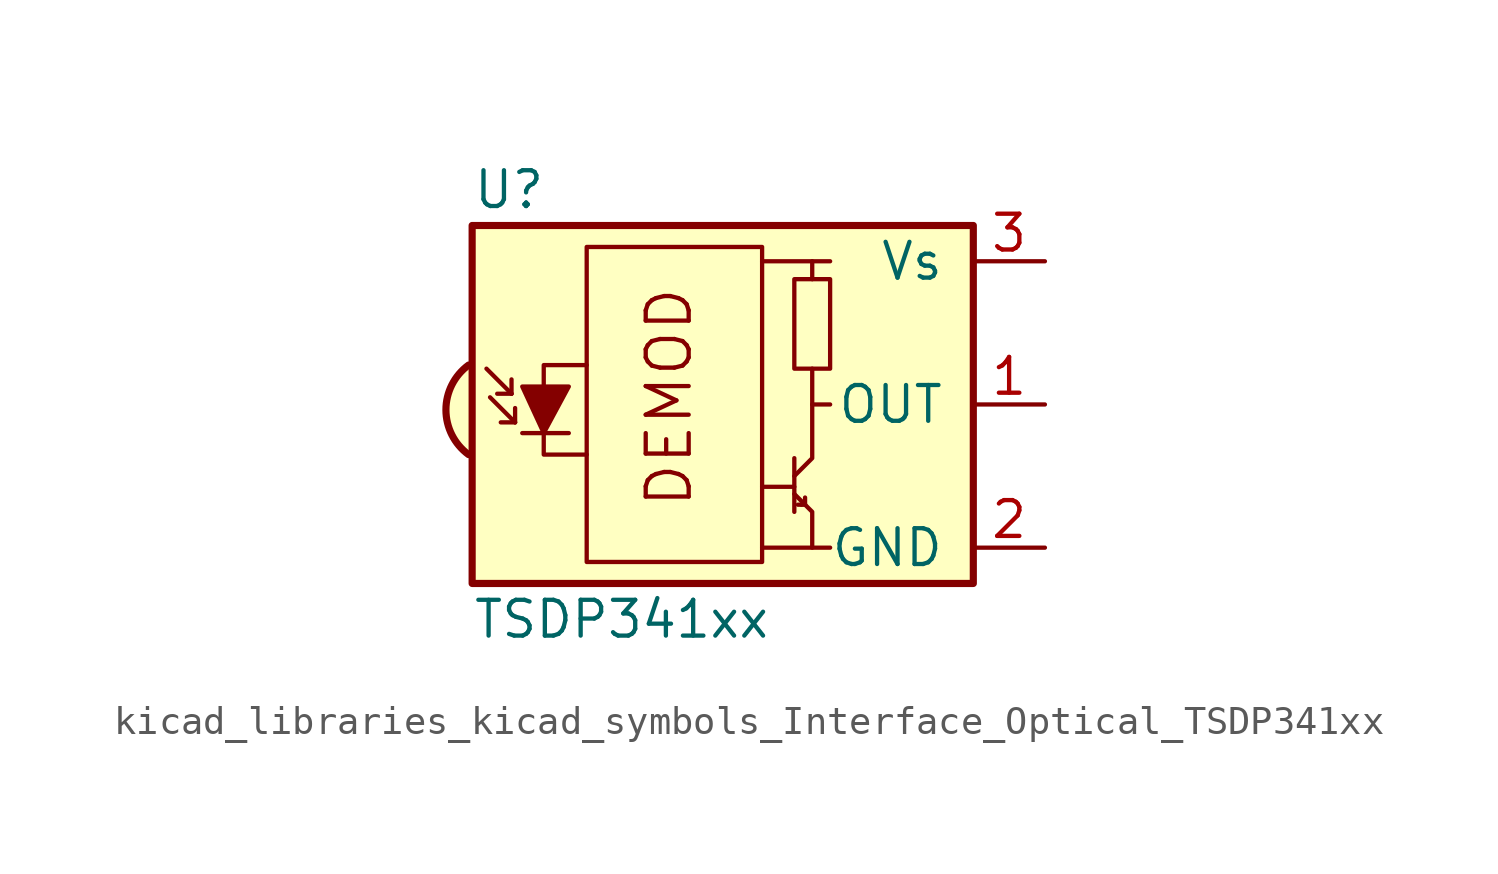
<source format=kicad_sym>
(kicad_symbol_lib
  (version 20220914)
  (generator kicad_symbol_editor)
  (symbol "kicad_libraries_kicad_symbols_Interface_Optical_TSDP341xx"
    (pin_names
      (offset 1.016))
    (property "Reference" "U"
      (at -10.16 7.62 0)
      (effects (font (size 1.27 1.27)) (justify left)))
    (property "Value" "TSDP341xx"
      (at -10.16 -7.62 0)
      (effects (font (size 1.27 1.27)) (justify left)))
    (symbol "kicad_libraries_kicad_symbols_Interface_Optical_TSDP341xx_0_0"
      (arc (start -10.287 1.397) (mid -11.0899 -0.1852) (end -10.287 -1.778) (stroke (width 0.254) (type default)) (fill (type background)))
      (polyline (pts (xy 1.905 -5.08) (xy 0.127 -5.08)) (stroke (width 0) (type default)) (fill (type none)))
      (polyline (pts (xy 1.905 5.08) (xy 0.127 5.08)) (stroke (width 0) (type default)) (fill (type none)))
      (text "DEMOD" (at -3.175 0.254 900) (effects (font (size 1.524 1.524)))))
    (symbol "kicad_libraries_kicad_symbols_Interface_Optical_TSDP341xx_0_1"
      (rectangle (start -6.096 5.588) (end 0.127 -5.588) (stroke (width 0) (type default)) (fill (type none)))
      (polyline (pts (xy -8.763 0.381) (xy -9.652 1.27)) (stroke (width 0) (type default)) (fill (type none)))
      (polyline (pts (xy -8.763 0.381) (xy -9.271 0.381)) (stroke (width 0) (type default)) (fill (type none)))
      (polyline (pts (xy -8.763 0.381) (xy -8.763 0.889)) (stroke (width 0) (type default)) (fill (type none)))
      (polyline (pts (xy -8.636 -0.635) (xy -9.525 0.254)) (stroke (width 0) (type default)) (fill (type none)))
      (polyline (pts (xy -8.636 -0.635) (xy -9.144 -0.635)) (stroke (width 0) (type default)) (fill (type none)))
      (polyline (pts (xy -8.636 -0.635) (xy -8.636 -0.127)) (stroke (width 0) (type default)) (fill (type none)))
      (polyline (pts (xy -8.382 -1.016) (xy -6.731 -1.016)) (stroke (width 0) (type default)) (fill (type none)))
      (polyline (pts (xy 1.27 -2.921) (xy 0.127 -2.921)) (stroke (width 0) (type default)) (fill (type none)))
      (polyline (pts (xy 1.27 -1.905) (xy 1.27 -3.81)) (stroke (width 0) (type default)) (fill (type none)))
      (polyline (pts (xy 1.397 -3.556) (xy 1.524 -3.556)) (stroke (width 0) (type default)) (fill (type none)))
      (polyline (pts (xy 1.651 -3.556) (xy 1.524 -3.556)) (stroke (width 0) (type default)) (fill (type none)))
      (polyline (pts (xy 1.651 -3.556) (xy 1.651 -3.302)) (stroke (width 0) (type default)) (fill (type none)))
      (polyline (pts (xy 1.905 0) (xy 1.905 1.27)) (stroke (width 0) (type default)) (fill (type none)))
      (polyline (pts (xy 1.905 4.445) (xy 1.905 5.08) (xy 2.54 5.08)) (stroke (width 0) (type default)) (fill (type none)))
      (polyline (pts (xy -8.382 0.635) (xy -6.731 0.635) (xy -7.62 -1.016) (xy -8.382 0.635)) (stroke (width 0) (type default)) (fill (type outline)))
      (polyline (pts (xy -6.096 1.397) (xy -7.62 1.397) (xy -7.62 -1.778) (xy -6.096 -1.778)) (stroke (width 0) (type default)) (fill (type none)))
      (polyline (pts (xy 1.27 -3.175) (xy 1.905 -3.81) (xy 1.905 -5.08) (xy 2.54 -5.08)) (stroke (width 0) (type default)) (fill (type none)))
      (polyline (pts (xy 1.27 -2.54) (xy 1.905 -1.905) (xy 1.905 0) (xy 2.54 0)) (stroke (width 0) (type default)) (fill (type none)))
      (rectangle (start 2.54 1.27) (end 1.27 4.445) (stroke (width 0) (type default)) (fill (type none)))
      (rectangle (start 7.62 6.35) (end -10.16 -6.35) (stroke (width 0.254) (type default)) (fill (type background))))
    (symbol "kicad_libraries_kicad_symbols_Interface_Optical_TSDP341xx_1_1"
      (pin output line (at 10.16 0 180) (length 2.54) (name "OUT" (effects (font (size 1.27 1.27)))) (number "1" (effects (font (size 1.27 1.27)))))
      (pin power_in line (at 10.16 -5.08 180) (length 2.54) (name "GND" (effects (font (size 1.27 1.27)))) (number "2" (effects (font (size 1.27 1.27)))))
      (pin power_in line (at 10.16 5.08 180) (length 2.54) (name "Vs" (effects (font (size 1.27 1.27)))) (number "3" (effects (font (size 1.27 1.27))))))))
</source>
